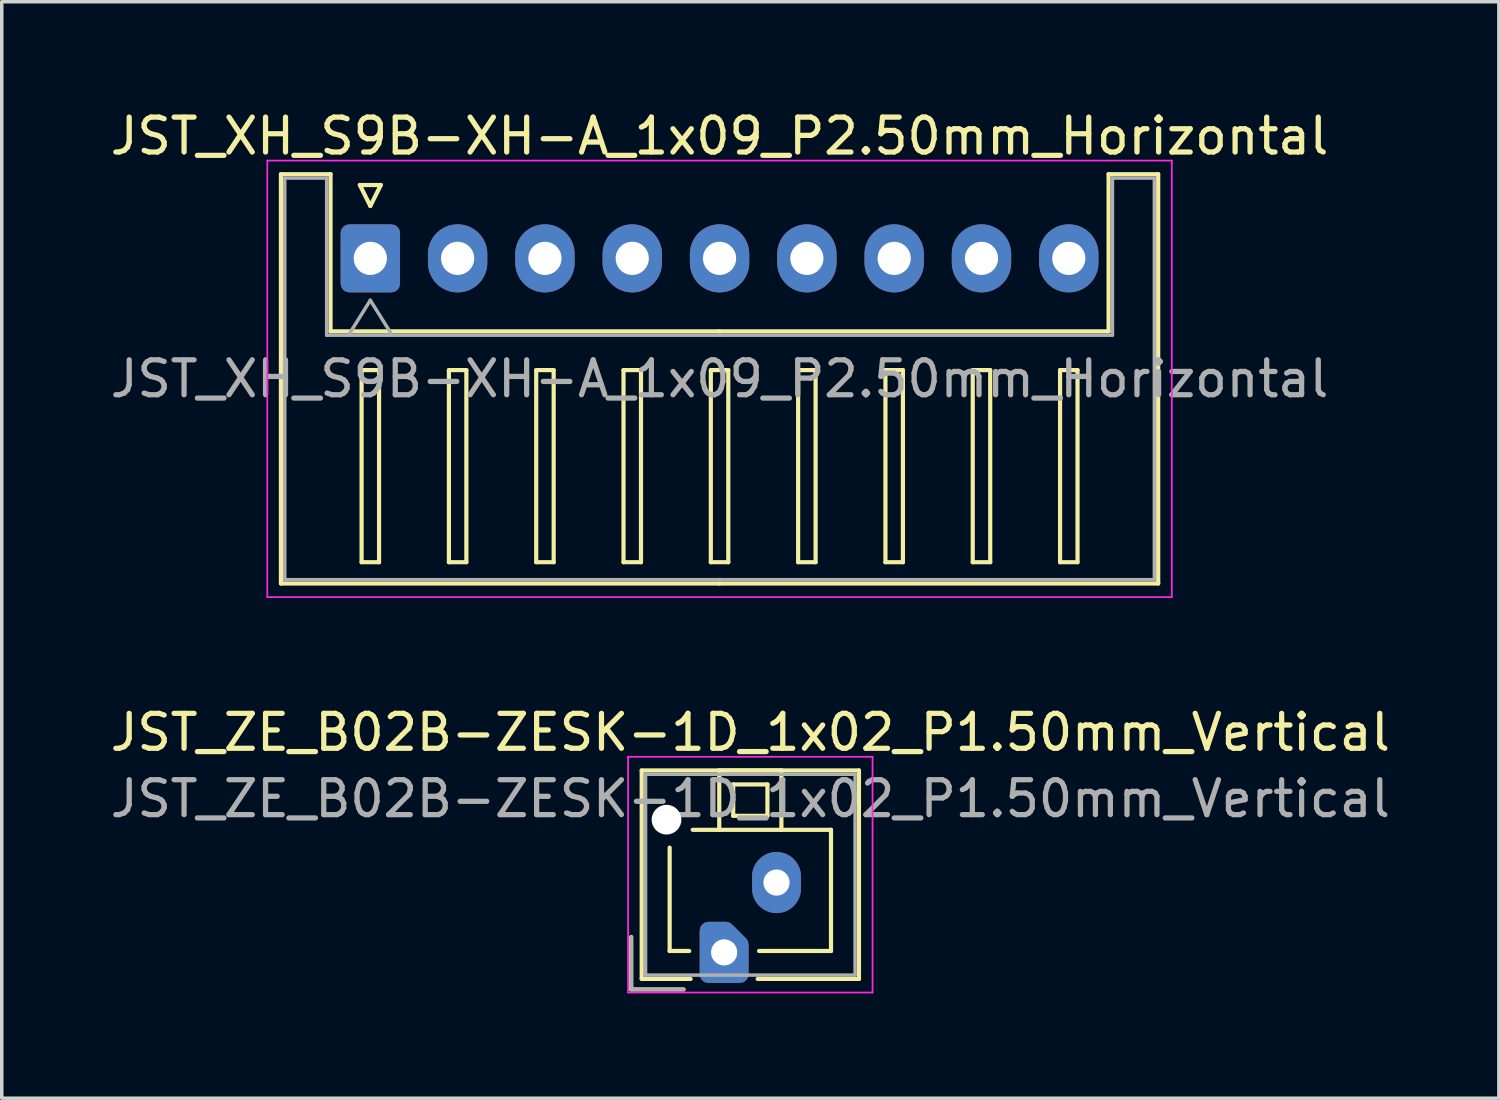
<source format=kicad_pcb>
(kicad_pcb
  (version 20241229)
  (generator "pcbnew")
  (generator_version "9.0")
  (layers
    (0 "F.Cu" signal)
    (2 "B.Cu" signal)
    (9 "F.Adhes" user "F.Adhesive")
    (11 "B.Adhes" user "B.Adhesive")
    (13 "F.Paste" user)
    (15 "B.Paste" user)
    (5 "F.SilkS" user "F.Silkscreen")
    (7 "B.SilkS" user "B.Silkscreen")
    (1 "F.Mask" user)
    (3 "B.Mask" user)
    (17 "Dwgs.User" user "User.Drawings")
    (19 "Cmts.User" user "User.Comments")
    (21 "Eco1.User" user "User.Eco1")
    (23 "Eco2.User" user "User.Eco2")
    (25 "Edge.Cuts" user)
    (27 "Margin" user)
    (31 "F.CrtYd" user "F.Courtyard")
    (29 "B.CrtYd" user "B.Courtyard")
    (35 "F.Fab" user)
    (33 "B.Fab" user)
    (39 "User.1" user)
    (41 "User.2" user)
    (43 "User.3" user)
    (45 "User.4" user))
  (footprint "JST_XH_S9B-XH-A_1x09_P2.50mm_Horizontal"
    (layer "F.Cu")
    (at 7.554 4.348)
    (property "Reference" "JST_XH_S9B-XH-A_1x09_P2.50mm_Horizontal" (at 10 -3.5 0) (layer "F.SilkS") (effects (font (size 1 1) (thickness 0.15))))
    (attr through_hole)
    (fp_line (start -2.56 -2.41) (end -1.14 -2.41) (stroke (width 0.12) (type solid)) (layer "F.SilkS"))
    (fp_line (start -2.56 9.31) (end -2.56 -2.41) (stroke (width 0.12) (type solid)) (layer "F.SilkS"))
    (fp_line (start -1.14 -2.41) (end -1.14 2.09) (stroke (width 0.12) (type solid)) (layer "F.SilkS"))
    (fp_line (start -1.14 2.09) (end 10 2.09) (stroke (width 0.12) (type solid)) (layer "F.SilkS"))
    (fp_line (start -0.3 -2.1) (end 0.3 -2.1) (stroke (width 0.12) (type solid)) (layer "F.SilkS"))
    (fp_line (start -0.25 3.2) (end -0.25 8.7) (stroke (width 0.12) (type solid)) (layer "F.SilkS"))
    (fp_line (start -0.25 8.7) (end 0.25 8.7) (stroke (width 0.12) (type solid)) (layer "F.SilkS"))
    (fp_line (start 0 -1.5) (end -0.3 -2.1) (stroke (width 0.12) (type solid)) (layer "F.SilkS"))
    (fp_line (start 0.25 3.2) (end -0.25 3.2) (stroke (width 0.12) (type solid)) (layer "F.SilkS"))
    (fp_line (start 0.25 8.7) (end 0.25 3.2) (stroke (width 0.12) (type solid)) (layer "F.SilkS"))
    (fp_line (start 0.3 -2.1) (end 0 -1.5) (stroke (width 0.12) (type solid)) (layer "F.SilkS"))
    (fp_line (start 2.25 3.2) (end 2.25 8.7) (stroke (width 0.12) (type solid)) (layer "F.SilkS"))
    (fp_line (start 2.25 8.7) (end 2.75 8.7) (stroke (width 0.12) (type solid)) (layer "F.SilkS"))
    (fp_line (start 2.75 3.2) (end 2.25 3.2) (stroke (width 0.12) (type solid)) (layer "F.SilkS"))
    (fp_line (start 2.75 8.7) (end 2.75 3.2) (stroke (width 0.12) (type solid)) (layer "F.SilkS"))
    (fp_line (start 4.75 3.2) (end 4.75 8.7) (stroke (width 0.12) (type solid)) (layer "F.SilkS"))
    (fp_line (start 4.75 8.7) (end 5.25 8.7) (stroke (width 0.12) (type solid)) (layer "F.SilkS"))
    (fp_line (start 5.25 3.2) (end 4.75 3.2) (stroke (width 0.12) (type solid)) (layer "F.SilkS"))
    (fp_line (start 5.25 8.7) (end 5.25 3.2) (stroke (width 0.12) (type solid)) (layer "F.SilkS"))
    (fp_line (start 7.25 3.2) (end 7.25 8.7) (stroke (width 0.12) (type solid)) (layer "F.SilkS"))
    (fp_line (start 7.25 8.7) (end 7.75 8.7) (stroke (width 0.12) (type solid)) (layer "F.SilkS"))
    (fp_line (start 7.75 3.2) (end 7.25 3.2) (stroke (width 0.12) (type solid)) (layer "F.SilkS"))
    (fp_line (start 7.75 8.7) (end 7.75 3.2) (stroke (width 0.12) (type solid)) (layer "F.SilkS"))
    (fp_line (start 9.75 3.2) (end 9.75 8.7) (stroke (width 0.12) (type solid)) (layer "F.SilkS"))
    (fp_line (start 9.75 8.7) (end 10.25 8.7) (stroke (width 0.12) (type solid)) (layer "F.SilkS"))
    (fp_line (start 10 9.31) (end -2.56 9.31) (stroke (width 0.12) (type solid)) (layer "F.SilkS"))
    (fp_line (start 10 9.31) (end 22.56 9.31) (stroke (width 0.12) (type solid)) (layer "F.SilkS"))
    (fp_line (start 10.25 3.2) (end 9.75 3.2) (stroke (width 0.12) (type solid)) (layer "F.SilkS"))
    (fp_line (start 10.25 8.7) (end 10.25 3.2) (stroke (width 0.12) (type solid)) (layer "F.SilkS"))
    (fp_line (start 12.25 3.2) (end 12.25 8.7) (stroke (width 0.12) (type solid)) (layer "F.SilkS"))
    (fp_line (start 12.25 8.7) (end 12.75 8.7) (stroke (width 0.12) (type solid)) (layer "F.SilkS"))
    (fp_line (start 12.75 3.2) (end 12.25 3.2) (stroke (width 0.12) (type solid)) (layer "F.SilkS"))
    (fp_line (start 12.75 8.7) (end 12.75 3.2) (stroke (width 0.12) (type solid)) (layer "F.SilkS"))
    (fp_line (start 14.75 3.2) (end 14.75 8.7) (stroke (width 0.12) (type solid)) (layer "F.SilkS"))
    (fp_line (start 14.75 8.7) (end 15.25 8.7) (stroke (width 0.12) (type solid)) (layer "F.SilkS"))
    (fp_line (start 15.25 3.2) (end 14.75 3.2) (stroke (width 0.12) (type solid)) (layer "F.SilkS"))
    (fp_line (start 15.25 8.7) (end 15.25 3.2) (stroke (width 0.12) (type solid)) (layer "F.SilkS"))
    (fp_line (start 17.25 3.2) (end 17.25 8.7) (stroke (width 0.12) (type solid)) (layer "F.SilkS"))
    (fp_line (start 17.25 8.7) (end 17.75 8.7) (stroke (width 0.12) (type solid)) (layer "F.SilkS"))
    (fp_line (start 17.75 3.2) (end 17.25 3.2) (stroke (width 0.12) (type solid)) (layer "F.SilkS"))
    (fp_line (start 17.75 8.7) (end 17.75 3.2) (stroke (width 0.12) (type solid)) (layer "F.SilkS"))
    (fp_line (start 19.75 3.2) (end 19.75 8.7) (stroke (width 0.12) (type solid)) (layer "F.SilkS"))
    (fp_line (start 19.75 8.7) (end 20.25 8.7) (stroke (width 0.12) (type solid)) (layer "F.SilkS"))
    (fp_line (start 20.25 3.2) (end 19.75 3.2) (stroke (width 0.12) (type solid)) (layer "F.SilkS"))
    (fp_line (start 20.25 8.7) (end 20.25 3.2) (stroke (width 0.12) (type solid)) (layer "F.SilkS"))
    (fp_line (start 21.14 -2.41) (end 21.14 2.09) (stroke (width 0.12) (type solid)) (layer "F.SilkS"))
    (fp_line (start 21.14 2.09) (end 10 2.09) (stroke (width 0.12) (type solid)) (layer "F.SilkS"))
    (fp_line (start 22.56 -2.41) (end 21.14 -2.41) (stroke (width 0.12) (type solid)) (layer "F.SilkS"))
    (fp_line (start 22.56 9.31) (end 22.56 -2.41) (stroke (width 0.12) (type solid)) (layer "F.SilkS"))
    (fp_line (start -2.95 -2.8) (end -2.95 9.7) (stroke (width 0.05) (type solid)) (layer "F.CrtYd"))
    (fp_line (start -2.95 9.7) (end 22.95 9.7) (stroke (width 0.05) (type solid)) (layer "F.CrtYd"))
    (fp_line (start 22.95 -2.8) (end -2.95 -2.8) (stroke (width 0.05) (type solid)) (layer "F.CrtYd"))
    (fp_line (start 22.95 9.7) (end 22.95 -2.8) (stroke (width 0.05) (type solid)) (layer "F.CrtYd"))
    (fp_line (start -2.45 -2.3) (end -1.25 -2.3) (stroke (width 0.1) (type solid)) (layer "F.Fab"))
    (fp_line (start -2.45 9.2) (end -2.45 -2.3) (stroke (width 0.1) (type solid)) (layer "F.Fab"))
    (fp_line (start -1.25 -2.3) (end -1.25 2.2) (stroke (width 0.1) (type solid)) (layer "F.Fab"))
    (fp_line (start -1.25 2.2) (end 10 2.2) (stroke (width 0.1) (type solid)) (layer "F.Fab"))
    (fp_line (start -0.625 2.2) (end 0 1.2) (stroke (width 0.1) (type solid)) (layer "F.Fab"))
    (fp_line (start 0 1.2) (end 0.625 2.2) (stroke (width 0.1) (type solid)) (layer "F.Fab"))
    (fp_line (start 10 9.2) (end -2.45 9.2) (stroke (width 0.1) (type solid)) (layer "F.Fab"))
    (fp_line (start 10 9.2) (end 22.45 9.2) (stroke (width 0.1) (type solid)) (layer "F.Fab"))
    (fp_line (start 21.25 -2.3) (end 21.25 2.2) (stroke (width 0.1) (type solid)) (layer "F.Fab"))
    (fp_line (start 21.25 2.2) (end 10 2.2) (stroke (width 0.1) (type solid)) (layer "F.Fab"))
    (fp_line (start 22.45 -2.3) (end 21.25 -2.3) (stroke (width 0.1) (type solid)) (layer "F.Fab"))
    (fp_line (start 22.45 9.2) (end 22.45 -2.3) (stroke (width 0.1) (type solid)) (layer "F.Fab"))
    (fp_text user "${REFERENCE}" (at 10 3.45 0) (layer "F.Fab") (effects (font (size 1 1) (thickness 0.15))))
    (pad "1" thru_hole roundrect (at 0 0) (size 1.7 1.95) (drill 0.95) (layers "*.Cu" "*.Mask") (roundrect_rratio 0.147))
    (pad "2" thru_hole oval (at 2.5 0) (size 1.7 1.95) (drill 0.95) (layers "*.Cu" "*.Mask"))
    (pad "3" thru_hole oval (at 5 0) (size 1.7 1.95) (drill 0.95) (layers "*.Cu" "*.Mask"))
    (pad "4" thru_hole oval (at 7.5 0) (size 1.7 1.95) (drill 0.95) (layers "*.Cu" "*.Mask"))
    (pad "5" thru_hole oval (at 10 0) (size 1.7 1.95) (drill 0.95) (layers "*.Cu" "*.Mask"))
    (pad "6" thru_hole oval (at 12.5 0) (size 1.7 1.95) (drill 0.95) (layers "*.Cu" "*.Mask"))
    (pad "7" thru_hole oval (at 15 0) (size 1.7 1.95) (drill 0.95) (layers "*.Cu" "*.Mask"))
    (pad "8" thru_hole oval (at 17.5 0) (size 1.7 1.95) (drill 0.95) (layers "*.Cu" "*.Mask"))
    (pad "9" thru_hole oval (at 20 0) (size 1.7 1.95) (drill 0.95) (layers "*.Cu" "*.Mask")))
  (footprint "JST_ZE_B02B-ZESK-1D_1x02_P1.50mm_Vertical"
    (layer "F.Cu")
    (at 17.685 24.221)
    (property "Reference" "JST_ZE_B02B-ZESK-1D_1x02_P1.50mm_Vertical" (at 0.75 -6.3 0) (layer "F.SilkS") (effects (font (size 1 1) (thickness 0.15))))
    (attr through_hole)
    (fp_line (start -2.66 -0.44) (end -2.66 1.06) (stroke (width 0.12) (type solid)) (layer "F.SilkS"))
    (fp_line (start -2.66 1.06) (end -1.16 1.06) (stroke (width 0.12) (type solid)) (layer "F.SilkS"))
    (fp_line (start -2.36 -5.21) (end 3.86 -5.21) (stroke (width 0.12) (type solid)) (layer "F.SilkS"))
    (fp_line (start -2.36 0.76) (end -2.36 -5.21) (stroke (width 0.12) (type solid)) (layer "F.SilkS"))
    (fp_line (start -1.56 -3) (end -1.56 -0.04) (stroke (width 0.12) (type solid)) (layer "F.SilkS"))
    (fp_line (start -1.56 -0.04) (end -1 -0.04) (stroke (width 0.12) (type solid)) (layer "F.SilkS"))
    (fp_line (start -0.96 0.76) (end -2.36 0.76) (stroke (width 0.12) (type solid)) (layer "F.SilkS"))
    (fp_line (start -0.14 -5.21) (end -0.14 -3.51) (stroke (width 0.12) (type solid)) (layer "F.SilkS"))
    (fp_line (start -0.14 -3.51) (end -0.9 -3.51) (stroke (width 0.12) (type solid)) (layer "F.SilkS"))
    (fp_line (start -0.14 -3.51) (end 1.64 -3.51) (stroke (width 0.12) (type solid)) (layer "F.SilkS"))
    (fp_line (start 0.26 -4.81) (end 0.26 -3.91) (stroke (width 0.12) (type solid)) (layer "F.SilkS"))
    (fp_line (start 0.26 -3.91) (end 1.24 -3.91) (stroke (width 0.12) (type solid)) (layer "F.SilkS"))
    (fp_line (start 1.24 -4.81) (end 0.26 -4.81) (stroke (width 0.12) (type solid)) (layer "F.SilkS"))
    (fp_line (start 1.24 -3.91) (end 1.24 -4.81) (stroke (width 0.12) (type solid)) (layer "F.SilkS"))
    (fp_line (start 1.64 -5.21) (end -0.14 -5.21) (stroke (width 0.12) (type solid)) (layer "F.SilkS"))
    (fp_line (start 1.64 -3.51) (end 1.64 -5.21) (stroke (width 0.12) (type solid)) (layer "F.SilkS"))
    (fp_line (start 1.64 -3.51) (end 3.06 -3.51) (stroke (width 0.12) (type solid)) (layer "F.SilkS"))
    (fp_line (start 3.06 -3.51) (end 3.06 -0.04) (stroke (width 0.12) (type solid)) (layer "F.SilkS"))
    (fp_line (start 3.06 -0.04) (end 1 -0.04) (stroke (width 0.12) (type solid)) (layer "F.SilkS"))
    (fp_line (start 3.86 -5.21) (end 3.86 0.76) (stroke (width 0.12) (type solid)) (layer "F.SilkS"))
    (fp_line (start 3.86 0.76) (end 0.96 0.76) (stroke (width 0.12) (type solid)) (layer "F.SilkS"))
    (fp_line (start -2.75 -5.6) (end -2.75 1.15) (stroke (width 0.05) (type solid)) (layer "F.CrtYd"))
    (fp_line (start -2.75 1.15) (end 4.25 1.15) (stroke (width 0.05) (type solid)) (layer "F.CrtYd"))
    (fp_line (start 4.25 -5.6) (end -2.75 -5.6) (stroke (width 0.05) (type solid)) (layer "F.CrtYd"))
    (fp_line (start 4.25 1.15) (end 4.25 -5.6) (stroke (width 0.05) (type solid)) (layer "F.CrtYd"))
    (fp_line (start -2.66 -0.44) (end -2.66 1.06) (stroke (width 0.1) (type solid)) (layer "F.Fab"))
    (fp_line (start -2.66 1.06) (end -1.16 1.06) (stroke (width 0.1) (type solid)) (layer "F.Fab"))
    (fp_line (start -2.25 -5.1) (end -2.25 0.65) (stroke (width 0.1) (type solid)) (layer "F.Fab"))
    (fp_line (start -2.25 0.65) (end 3.75 0.65) (stroke (width 0.1) (type solid)) (layer "F.Fab"))
    (fp_line (start 3.75 -5.1) (end -2.25 -5.1) (stroke (width 0.1) (type solid)) (layer "F.Fab"))
    (fp_line (start 3.75 0.65) (end 3.75 -5.1) (stroke (width 0.1) (type solid)) (layer "F.Fab"))
    (fp_text user "${REFERENCE}" (at 0.75 -4.4 0) (layer "F.Fab") (effects (font (size 1 1) (thickness 0.15))))
    (pad "" np_thru_hole circle (at -1.65 -3.8) (size 0.85 0.85) (drill 0.85) (layers "*.Cu" "*.Mask"))
    (pad "1" thru_hole custom (at 0 0) (size 1.117 1.117) (drill 0.75) (layers "*.Cu" "*.Mask") (options (anchor circle)) (primitives (gr_poly (pts (xy -0.45 -0.625) (xy 0.05 -0.625) (xy 0.45 -0.225) (xy 0.45 0.625) (xy -0.45 0.625)) (width 0.5) (fill yes))))
    (pad "2" thru_hole oval (at 1.5 -2) (size 1.4 1.75) (drill 0.75) (layers "*.Cu" "*.Mask")))
  (gr_rect
    (start -3 -3)
    (end 39.869 28.396)
    (stroke (width 0.1) (type default))
    (fill no)
    (layer "Edge.Cuts")))
</source>
